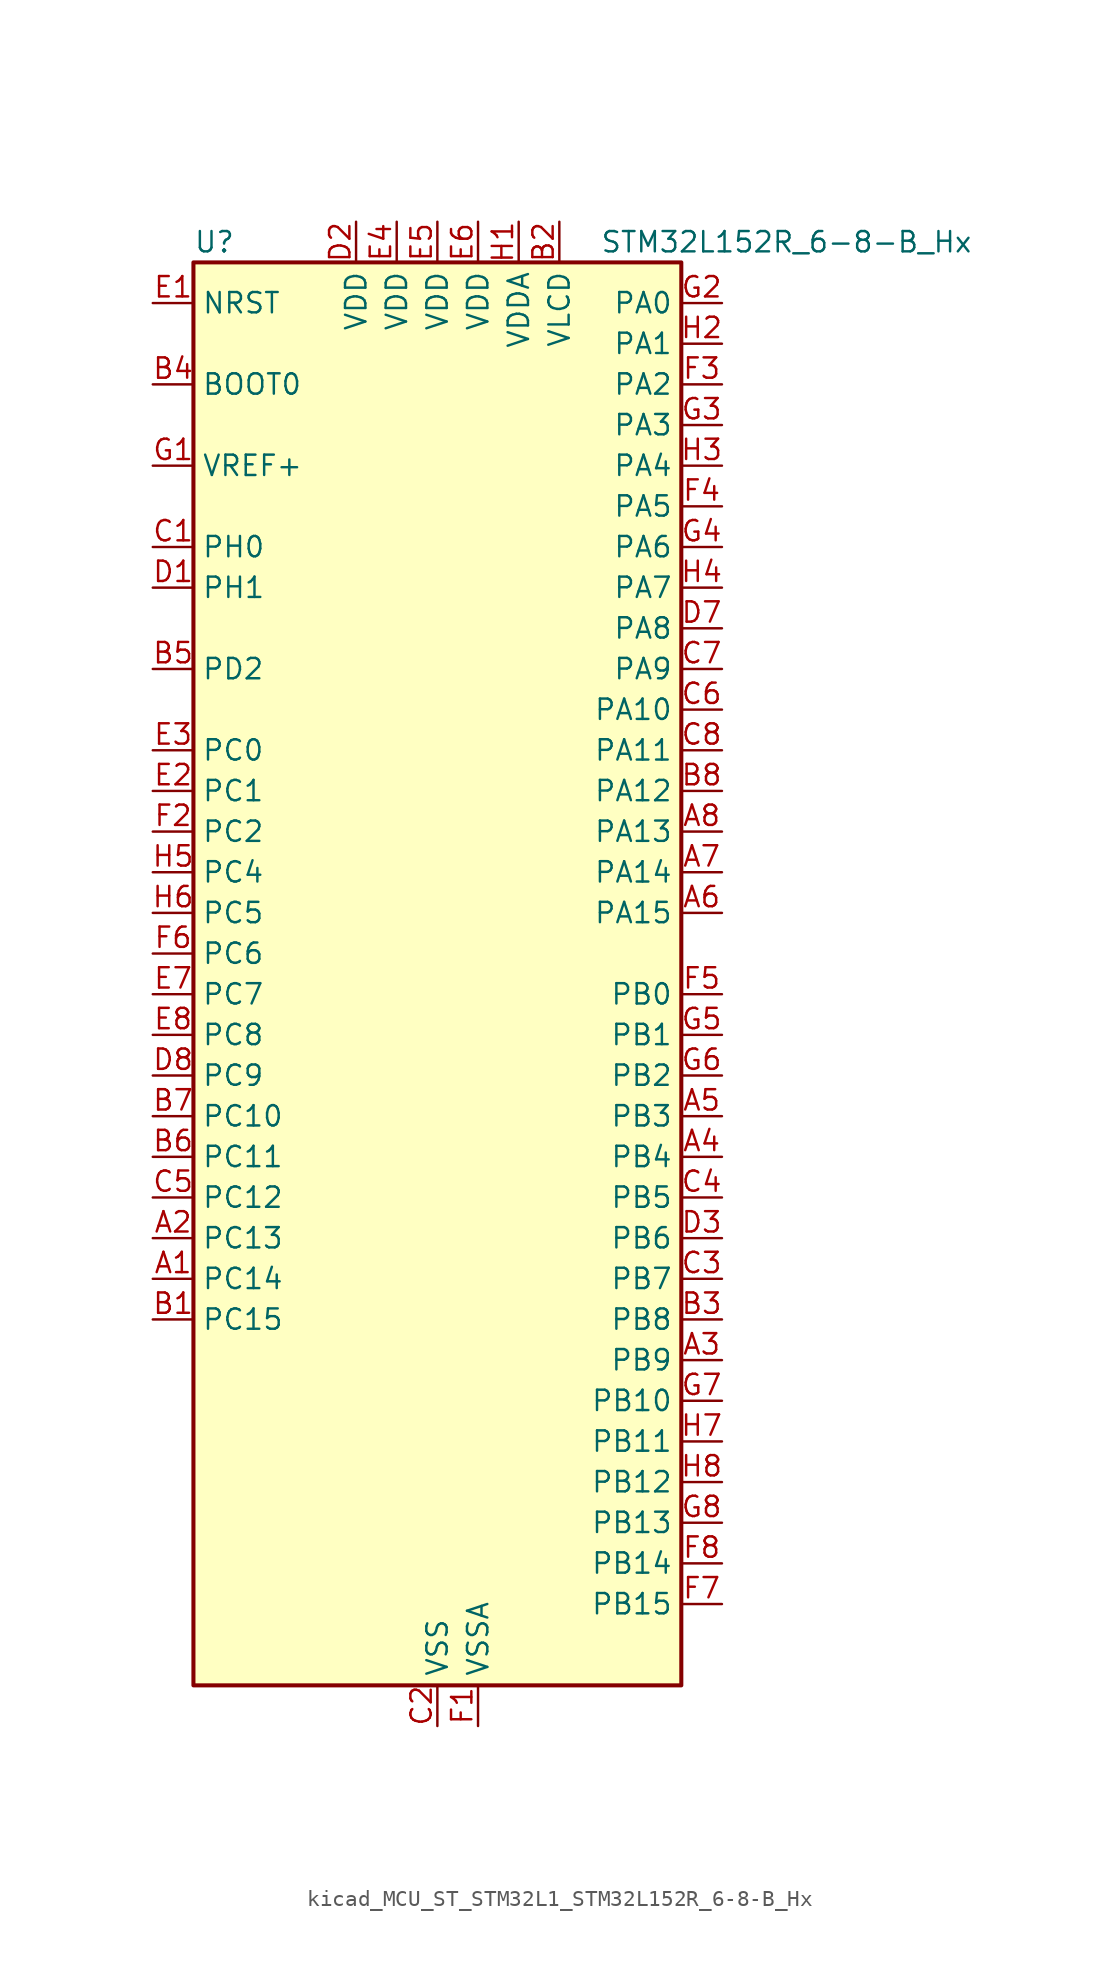
<source format=kicad_sym>
(kicad_symbol_lib
  (version 20220914)
  (generator kicad_symbol_editor)
  (symbol "kicad_MCU_ST_STM32L1_STM32L152R_6-8-B_Hx"
    (property "Reference" "U"
      (at -15.24 46.99 0)
      (effects (font (size 1.27 1.27)) (justify left)))
    (property "Value" "STM32L152R_6-8-B_Hx"
      (at 10.16 46.99 0)
      (effects (font (size 1.27 1.27)) (justify left)))
    (property "ki_locked" ""
      (at 0 0 0)
      (effects (font (size 1.27 1.27))))
    (symbol "kicad_MCU_ST_STM32L1_STM32L152R_6-8-B_Hx_0_1"
      (rectangle (start -15.24 -43.18) (end 15.24 45.72) (stroke (width 0.254) (type default)) (fill (type background))))
    (symbol "kicad_MCU_ST_STM32L1_STM32L152R_6-8-B_Hx_1_1"
      (pin bidirectional line (at -17.78 -17.78 0) (length 2.54) (name "PC14" (effects (font (size 1.27 1.27)))) (number "A1" (effects (font (size 1.27 1.27)))) (alternate "RCC_OSC32_IN" bidirectional line) (alternate "TIMX_IC3" bidirectional line))
      (pin bidirectional line (at -17.78 -15.24 0) (length 2.54) (name "PC13" (effects (font (size 1.27 1.27)))) (number "A2" (effects (font (size 1.27 1.27)))) (alternate "RTC_OUT_ALARM" bidirectional line) (alternate "RTC_OUT_CALIB" bidirectional line) (alternate "RTC_TAMP1" bidirectional line) (alternate "RTC_TS" bidirectional line) (alternate "SYS_WKUP2" bidirectional line) (alternate "TIMX_IC2" bidirectional line))
      (pin bidirectional line (at 17.78 -22.86 180) (length 2.54) (name "PB9" (effects (font (size 1.27 1.27)))) (number "A3" (effects (font (size 1.27 1.27)))) (alternate "DAC_EXTI9" bidirectional line) (alternate "I2C1_SDA" bidirectional line) (alternate "LCD_COM3" bidirectional line) (alternate "TIM11_CH1" bidirectional line) (alternate "TIM4_CH4" bidirectional line))
      (pin bidirectional line (at 17.78 -10.16 180) (length 2.54) (name "PB4" (effects (font (size 1.27 1.27)))) (number "A4" (effects (font (size 1.27 1.27)))) (alternate "COMP2_INP" bidirectional line) (alternate "LCD_SEG8" bidirectional line) (alternate "SPI1_MISO" bidirectional line) (alternate "SYS_JTRST" bidirectional line) (alternate "TIM3_CH1" bidirectional line) (alternate "TS_G6_IO1" bidirectional line))
      (pin bidirectional line (at 17.78 -7.62 180) (length 2.54) (name "PB3" (effects (font (size 1.27 1.27)))) (number "A5" (effects (font (size 1.27 1.27)))) (alternate "COMP2_INM" bidirectional line) (alternate "LCD_SEG7" bidirectional line) (alternate "SPI1_SCK" bidirectional line) (alternate "SYS_JTDO-TRACESWO" bidirectional line) (alternate "TIM2_CH2" bidirectional line))
      (pin bidirectional line (at 17.78 5.08 180) (length 2.54) (name "PA15" (effects (font (size 1.27 1.27)))) (number "A6" (effects (font (size 1.27 1.27)))) (alternate "ADC_EXTI15" bidirectional line) (alternate "LCD_SEG17" bidirectional line) (alternate "SPI1_NSS" bidirectional line) (alternate "SYS_JTDI" bidirectional line) (alternate "TIM2_CH1" bidirectional line) (alternate "TIM2_ETR" bidirectional line) (alternate "TIMX_IC4" bidirectional line) (alternate "TS_G5_IO3" bidirectional line))
      (pin bidirectional line (at 17.78 7.62 180) (length 2.54) (name "PA14" (effects (font (size 1.27 1.27)))) (number "A7" (effects (font (size 1.27 1.27)))) (alternate "SYS_JTCK-SWCLK" bidirectional line) (alternate "TIMX_IC3" bidirectional line) (alternate "TS_G5_IO2" bidirectional line))
      (pin bidirectional line (at 17.78 10.16 180) (length 2.54) (name "PA13" (effects (font (size 1.27 1.27)))) (number "A8" (effects (font (size 1.27 1.27)))) (alternate "SYS_JTMS-SWDIO" bidirectional line) (alternate "TIMX_IC2" bidirectional line) (alternate "TS_G5_IO1" bidirectional line))
      (pin bidirectional line (at -17.78 -20.32 0) (length 2.54) (name "PC15" (effects (font (size 1.27 1.27)))) (number "B1" (effects (font (size 1.27 1.27)))) (alternate "ADC_EXTI15" bidirectional line) (alternate "RCC_OSC32_OUT" bidirectional line) (alternate "TIMX_IC4" bidirectional line))
      (pin power_in line (at 7.62 48.26 270) (length 2.54) (name "VLCD" (effects (font (size 1.27 1.27)))) (number "B2" (effects (font (size 1.27 1.27)))))
      (pin bidirectional line (at 17.78 -20.32 180) (length 2.54) (name "PB8" (effects (font (size 1.27 1.27)))) (number "B3" (effects (font (size 1.27 1.27)))) (alternate "I2C1_SCL" bidirectional line) (alternate "LCD_SEG16" bidirectional line) (alternate "TIM10_CH1" bidirectional line) (alternate "TIM4_CH3" bidirectional line))
      (pin input line (at -17.78 38.1 0) (length 2.54) (name "BOOT0" (effects (font (size 1.27 1.27)))) (number "B4" (effects (font (size 1.27 1.27)))))
      (pin bidirectional line (at -17.78 20.32 0) (length 2.54) (name "PD2" (effects (font (size 1.27 1.27)))) (number "B5" (effects (font (size 1.27 1.27)))) (alternate "LCD_COM7" bidirectional line) (alternate "LCD_SEG31" bidirectional line) (alternate "TIM3_ETR" bidirectional line) (alternate "TIMX_IC3" bidirectional line))
      (pin bidirectional line (at -17.78 -10.16 0) (length 2.54) (name "PC11" (effects (font (size 1.27 1.27)))) (number "B6" (effects (font (size 1.27 1.27)))) (alternate "ADC_EXTI11" bidirectional line) (alternate "LCD_COM5" bidirectional line) (alternate "LCD_SEG29" bidirectional line) (alternate "TIMX_IC4" bidirectional line) (alternate "USART3_RX" bidirectional line))
      (pin bidirectional line (at -17.78 -7.62 0) (length 2.54) (name "PC10" (effects (font (size 1.27 1.27)))) (number "B7" (effects (font (size 1.27 1.27)))) (alternate "LCD_COM4" bidirectional line) (alternate "LCD_SEG28" bidirectional line) (alternate "TIMX_IC3" bidirectional line) (alternate "USART3_TX" bidirectional line))
      (pin bidirectional line (at 17.78 12.7 180) (length 2.54) (name "PA12" (effects (font (size 1.27 1.27)))) (number "B8" (effects (font (size 1.27 1.27)))) (alternate "SPI1_MOSI" bidirectional line) (alternate "TIMX_IC1" bidirectional line) (alternate "USART1_RTS" bidirectional line) (alternate "USB_DP" bidirectional line))
      (pin bidirectional line (at -17.78 27.94 0) (length 2.54) (name "PH0" (effects (font (size 1.27 1.27)))) (number "C1" (effects (font (size 1.27 1.27)))) (alternate "RCC_OSC_IN" bidirectional line))
      (pin power_in line (at 0 -45.72 90) (length 2.54) (name "VSS" (effects (font (size 1.27 1.27)))) (number "C2" (effects (font (size 1.27 1.27)))))
      (pin bidirectional line (at 17.78 -17.78 180) (length 2.54) (name "PB7" (effects (font (size 1.27 1.27)))) (number "C3" (effects (font (size 1.27 1.27)))) (alternate "I2C1_SDA" bidirectional line) (alternate "SYS_PVD_IN" bidirectional line) (alternate "TIM4_CH2" bidirectional line) (alternate "USART1_RX" bidirectional line))
      (pin bidirectional line (at 17.78 -12.7 180) (length 2.54) (name "PB5" (effects (font (size 1.27 1.27)))) (number "C4" (effects (font (size 1.27 1.27)))) (alternate "COMP2_INP" bidirectional line) (alternate "I2C1_SMBA" bidirectional line) (alternate "LCD_SEG9" bidirectional line) (alternate "SPI1_MOSI" bidirectional line) (alternate "TIM3_CH2" bidirectional line) (alternate "TS_G6_IO2" bidirectional line))
      (pin bidirectional line (at -17.78 -12.7 0) (length 2.54) (name "PC12" (effects (font (size 1.27 1.27)))) (number "C5" (effects (font (size 1.27 1.27)))) (alternate "LCD_COM6" bidirectional line) (alternate "LCD_SEG30" bidirectional line) (alternate "TIMX_IC1" bidirectional line) (alternate "USART3_CK" bidirectional line))
      (pin bidirectional line (at 17.78 17.78 180) (length 2.54) (name "PA10" (effects (font (size 1.27 1.27)))) (number "C6" (effects (font (size 1.27 1.27)))) (alternate "LCD_COM2" bidirectional line) (alternate "TIMX_IC3" bidirectional line) (alternate "TS_G4_IO3" bidirectional line) (alternate "USART1_RX" bidirectional line))
      (pin bidirectional line (at 17.78 20.32 180) (length 2.54) (name "PA9" (effects (font (size 1.27 1.27)))) (number "C7" (effects (font (size 1.27 1.27)))) (alternate "DAC_EXTI9" bidirectional line) (alternate "LCD_COM1" bidirectional line) (alternate "TIMX_IC2" bidirectional line) (alternate "TS_G4_IO2" bidirectional line) (alternate "USART1_TX" bidirectional line))
      (pin bidirectional line (at 17.78 15.24 180) (length 2.54) (name "PA11" (effects (font (size 1.27 1.27)))) (number "C8" (effects (font (size 1.27 1.27)))) (alternate "ADC_EXTI11" bidirectional line) (alternate "SPI1_MISO" bidirectional line) (alternate "TIMX_IC4" bidirectional line) (alternate "USART1_CTS" bidirectional line) (alternate "USB_DM" bidirectional line))
      (pin bidirectional line (at -17.78 25.4 0) (length 2.54) (name "PH1" (effects (font (size 1.27 1.27)))) (number "D1" (effects (font (size 1.27 1.27)))) (alternate "RCC_OSC_OUT" bidirectional line))
      (pin power_in line (at -5.08 48.26 270) (length 2.54) (name "VDD" (effects (font (size 1.27 1.27)))) (number "D2" (effects (font (size 1.27 1.27)))))
      (pin bidirectional line (at 17.78 -15.24 180) (length 2.54) (name "PB6" (effects (font (size 1.27 1.27)))) (number "D3" (effects (font (size 1.27 1.27)))) (alternate "I2C1_SCL" bidirectional line) (alternate "TIM4_CH1" bidirectional line) (alternate "USART1_TX" bidirectional line))
      (pin passive line (at 0 -45.72 90) (length 2.54) hide (name "VSS" (effects (font (size 1.27 1.27)))) (number "D4" (effects (font (size 1.27 1.27)))))
      (pin passive line (at 0 -45.72 90) (length 2.54) hide (name "VSS" (effects (font (size 1.27 1.27)))) (number "D5" (effects (font (size 1.27 1.27)))))
      (pin passive line (at 0 -45.72 90) (length 2.54) hide (name "VSS" (effects (font (size 1.27 1.27)))) (number "D6" (effects (font (size 1.27 1.27)))))
      (pin bidirectional line (at 17.78 22.86 180) (length 2.54) (name "PA8" (effects (font (size 1.27 1.27)))) (number "D7" (effects (font (size 1.27 1.27)))) (alternate "LCD_COM0" bidirectional line) (alternate "RCC_MCO" bidirectional line) (alternate "TIMX_IC1" bidirectional line) (alternate "TS_G4_IO1" bidirectional line) (alternate "USART1_CK" bidirectional line))
      (pin bidirectional line (at -17.78 -5.08 0) (length 2.54) (name "PC9" (effects (font (size 1.27 1.27)))) (number "D8" (effects (font (size 1.27 1.27)))) (alternate "DAC_EXTI9" bidirectional line) (alternate "LCD_SEG27" bidirectional line) (alternate "TIM3_CH4" bidirectional line) (alternate "TIMX_IC2" bidirectional line) (alternate "TS_G10_IO4" bidirectional line))
      (pin input line (at -17.78 43.18 0) (length 2.54) (name "NRST" (effects (font (size 1.27 1.27)))) (number "E1" (effects (font (size 1.27 1.27)))))
      (pin bidirectional line (at -17.78 12.7 0) (length 2.54) (name "PC1" (effects (font (size 1.27 1.27)))) (number "E2" (effects (font (size 1.27 1.27)))) (alternate "ADC_IN11" bidirectional line) (alternate "COMP1_INP" bidirectional line) (alternate "LCD_SEG19" bidirectional line) (alternate "TIMX_IC2" bidirectional line) (alternate "TS_G8_IO2" bidirectional line))
      (pin bidirectional line (at -17.78 15.24 0) (length 2.54) (name "PC0" (effects (font (size 1.27 1.27)))) (number "E3" (effects (font (size 1.27 1.27)))) (alternate "ADC_IN10" bidirectional line) (alternate "COMP1_INP" bidirectional line) (alternate "LCD_SEG18" bidirectional line) (alternate "TIMX_IC1" bidirectional line) (alternate "TS_G8_IO1" bidirectional line))
      (pin power_in line (at -2.54 48.26 270) (length 2.54) (name "VDD" (effects (font (size 1.27 1.27)))) (number "E4" (effects (font (size 1.27 1.27)))))
      (pin power_in line (at 0 48.26 270) (length 2.54) (name "VDD" (effects (font (size 1.27 1.27)))) (number "E5" (effects (font (size 1.27 1.27)))))
      (pin power_in line (at 2.54 48.26 270) (length 2.54) (name "VDD" (effects (font (size 1.27 1.27)))) (number "E6" (effects (font (size 1.27 1.27)))))
      (pin bidirectional line (at -17.78 0 0) (length 2.54) (name "PC7" (effects (font (size 1.27 1.27)))) (number "E7" (effects (font (size 1.27 1.27)))) (alternate "LCD_SEG25" bidirectional line) (alternate "TIM3_CH2" bidirectional line) (alternate "TIMX_IC4" bidirectional line) (alternate "TS_G10_IO2" bidirectional line))
      (pin bidirectional line (at -17.78 -2.54 0) (length 2.54) (name "PC8" (effects (font (size 1.27 1.27)))) (number "E8" (effects (font (size 1.27 1.27)))) (alternate "LCD_SEG26" bidirectional line) (alternate "TIM3_CH3" bidirectional line) (alternate "TIMX_IC1" bidirectional line) (alternate "TS_G10_IO3" bidirectional line))
      (pin power_in line (at 2.54 -45.72 90) (length 2.54) (name "VSSA" (effects (font (size 1.27 1.27)))) (number "F1" (effects (font (size 1.27 1.27)))))
      (pin bidirectional line (at -17.78 10.16 0) (length 2.54) (name "PC2" (effects (font (size 1.27 1.27)))) (number "F2" (effects (font (size 1.27 1.27)))) (alternate "ADC_IN12" bidirectional line) (alternate "COMP1_INP" bidirectional line) (alternate "LCD_SEG20" bidirectional line) (alternate "TIMX_IC3" bidirectional line) (alternate "TS_G8_IO3" bidirectional line))
      (pin bidirectional line (at 17.78 38.1 180) (length 2.54) (name "PA2" (effects (font (size 1.27 1.27)))) (number "F3" (effects (font (size 1.27 1.27)))) (alternate "ADC_IN2" bidirectional line) (alternate "COMP1_INP" bidirectional line) (alternate "LCD_SEG1" bidirectional line) (alternate "TIM2_CH3" bidirectional line) (alternate "TIM9_CH1" bidirectional line) (alternate "TIMX_IC3" bidirectional line) (alternate "TS_G1_IO3" bidirectional line) (alternate "USART2_TX" bidirectional line))
      (pin bidirectional line (at 17.78 30.48 180) (length 2.54) (name "PA5" (effects (font (size 1.27 1.27)))) (number "F4" (effects (font (size 1.27 1.27)))) (alternate "ADC_IN5" bidirectional line) (alternate "COMP1_INP" bidirectional line) (alternate "DAC_OUT2" bidirectional line) (alternate "SPI1_SCK" bidirectional line) (alternate "TIM2_CH1" bidirectional line) (alternate "TIM2_ETR" bidirectional line) (alternate "TIMX_IC2" bidirectional line))
      (pin bidirectional line (at 17.78 0 180) (length 2.54) (name "PB0" (effects (font (size 1.27 1.27)))) (number "F5" (effects (font (size 1.27 1.27)))) (alternate "ADC_IN8" bidirectional line) (alternate "COMP1_INP" bidirectional line) (alternate "LCD_SEG5" bidirectional line) (alternate "SYS_V_REF_OUT" bidirectional line) (alternate "TIM3_CH3" bidirectional line) (alternate "TS_G3_IO1" bidirectional line))
      (pin bidirectional line (at -17.78 2.54 0) (length 2.54) (name "PC6" (effects (font (size 1.27 1.27)))) (number "F6" (effects (font (size 1.27 1.27)))) (alternate "LCD_SEG24" bidirectional line) (alternate "TIM3_CH1" bidirectional line) (alternate "TIMX_IC3" bidirectional line) (alternate "TS_G10_IO1" bidirectional line))
      (pin bidirectional line (at 17.78 -38.1 180) (length 2.54) (name "PB15" (effects (font (size 1.27 1.27)))) (number "F7" (effects (font (size 1.27 1.27)))) (alternate "ADC_EXTI15" bidirectional line) (alternate "ADC_IN21" bidirectional line) (alternate "COMP1_INP" bidirectional line) (alternate "LCD_SEG15" bidirectional line) (alternate "RTC_REFIN" bidirectional line) (alternate "SPI2_MOSI" bidirectional line) (alternate "TIM11_CH1" bidirectional line) (alternate "TS_G7_IO4" bidirectional line))
      (pin bidirectional line (at 17.78 -35.56 180) (length 2.54) (name "PB14" (effects (font (size 1.27 1.27)))) (number "F8" (effects (font (size 1.27 1.27)))) (alternate "ADC_IN20" bidirectional line) (alternate "COMP1_INP" bidirectional line) (alternate "LCD_SEG14" bidirectional line) (alternate "SPI2_MISO" bidirectional line) (alternate "TIM9_CH2" bidirectional line) (alternate "TS_G7_IO3" bidirectional line) (alternate "USART3_RTS" bidirectional line))
      (pin input line (at -17.78 33.02 0) (length 2.54) (name "VREF+" (effects (font (size 1.27 1.27)))) (number "G1" (effects (font (size 1.27 1.27)))))
      (pin bidirectional line (at 17.78 43.18 180) (length 2.54) (name "PA0" (effects (font (size 1.27 1.27)))) (number "G2" (effects (font (size 1.27 1.27)))) (alternate "ADC_IN0" bidirectional line) (alternate "COMP1_INP" bidirectional line) (alternate "SYS_WKUP1" bidirectional line) (alternate "TIM2_CH1" bidirectional line) (alternate "TIM2_ETR" bidirectional line) (alternate "TIMX_IC1" bidirectional line) (alternate "TS_G1_IO1" bidirectional line) (alternate "USART2_CTS" bidirectional line))
      (pin bidirectional line (at 17.78 35.56 180) (length 2.54) (name "PA3" (effects (font (size 1.27 1.27)))) (number "G3" (effects (font (size 1.27 1.27)))) (alternate "ADC_IN3" bidirectional line) (alternate "COMP1_INP" bidirectional line) (alternate "LCD_SEG2" bidirectional line) (alternate "TIM2_CH4" bidirectional line) (alternate "TIM9_CH2" bidirectional line) (alternate "TIMX_IC4" bidirectional line) (alternate "TS_G1_IO4" bidirectional line) (alternate "USART2_RX" bidirectional line))
      (pin bidirectional line (at 17.78 27.94 180) (length 2.54) (name "PA6" (effects (font (size 1.27 1.27)))) (number "G4" (effects (font (size 1.27 1.27)))) (alternate "ADC_IN6" bidirectional line) (alternate "COMP1_INP" bidirectional line) (alternate "LCD_SEG3" bidirectional line) (alternate "SPI1_MISO" bidirectional line) (alternate "TIM10_CH1" bidirectional line) (alternate "TIM3_CH1" bidirectional line) (alternate "TIMX_IC3" bidirectional line) (alternate "TS_G2_IO1" bidirectional line))
      (pin bidirectional line (at 17.78 -2.54 180) (length 2.54) (name "PB1" (effects (font (size 1.27 1.27)))) (number "G5" (effects (font (size 1.27 1.27)))) (alternate "ADC_IN9" bidirectional line) (alternate "COMP1_INP" bidirectional line) (alternate "LCD_SEG6" bidirectional line) (alternate "SYS_V_REF_OUT" bidirectional line) (alternate "TIM3_CH4" bidirectional line) (alternate "TS_G3_IO2" bidirectional line))
      (pin bidirectional line (at 17.78 -5.08 180) (length 2.54) (name "PB2" (effects (font (size 1.27 1.27)))) (number "G6" (effects (font (size 1.27 1.27)))))
      (pin bidirectional line (at 17.78 -25.4 180) (length 2.54) (name "PB10" (effects (font (size 1.27 1.27)))) (number "G7" (effects (font (size 1.27 1.27)))) (alternate "I2C2_SCL" bidirectional line) (alternate "LCD_SEG10" bidirectional line) (alternate "TIM2_CH3" bidirectional line) (alternate "USART3_TX" bidirectional line))
      (pin bidirectional line (at 17.78 -33.02 180) (length 2.54) (name "PB13" (effects (font (size 1.27 1.27)))) (number "G8" (effects (font (size 1.27 1.27)))) (alternate "ADC_IN19" bidirectional line) (alternate "COMP1_INP" bidirectional line) (alternate "LCD_SEG13" bidirectional line) (alternate "SPI2_SCK" bidirectional line) (alternate "TIM9_CH1" bidirectional line) (alternate "TS_G7_IO2" bidirectional line) (alternate "USART3_CTS" bidirectional line))
      (pin power_in line (at 5.08 48.26 270) (length 2.54) (name "VDDA" (effects (font (size 1.27 1.27)))) (number "H1" (effects (font (size 1.27 1.27)))))
      (pin bidirectional line (at 17.78 40.64 180) (length 2.54) (name "PA1" (effects (font (size 1.27 1.27)))) (number "H2" (effects (font (size 1.27 1.27)))) (alternate "ADC_IN1" bidirectional line) (alternate "COMP1_INP" bidirectional line) (alternate "LCD_SEG0" bidirectional line) (alternate "TIM2_CH2" bidirectional line) (alternate "TIMX_IC2" bidirectional line) (alternate "TS_G1_IO2" bidirectional line) (alternate "USART2_RTS" bidirectional line))
      (pin bidirectional line (at 17.78 33.02 180) (length 2.54) (name "PA4" (effects (font (size 1.27 1.27)))) (number "H3" (effects (font (size 1.27 1.27)))) (alternate "ADC_IN4" bidirectional line) (alternate "COMP1_INP" bidirectional line) (alternate "DAC_OUT1" bidirectional line) (alternate "SPI1_NSS" bidirectional line) (alternate "TIMX_IC1" bidirectional line) (alternate "USART2_CK" bidirectional line))
      (pin bidirectional line (at 17.78 25.4 180) (length 2.54) (name "PA7" (effects (font (size 1.27 1.27)))) (number "H4" (effects (font (size 1.27 1.27)))) (alternate "ADC_IN7" bidirectional line) (alternate "COMP1_INP" bidirectional line) (alternate "LCD_SEG4" bidirectional line) (alternate "SPI1_MOSI" bidirectional line) (alternate "TIM11_CH1" bidirectional line) (alternate "TIM3_CH2" bidirectional line) (alternate "TIMX_IC4" bidirectional line) (alternate "TS_G2_IO2" bidirectional line))
      (pin bidirectional line (at -17.78 7.62 0) (length 2.54) (name "PC4" (effects (font (size 1.27 1.27)))) (number "H5" (effects (font (size 1.27 1.27)))) (alternate "ADC_IN14" bidirectional line) (alternate "COMP1_INP" bidirectional line) (alternate "LCD_SEG22" bidirectional line) (alternate "TIMX_IC1" bidirectional line) (alternate "TS_G9_IO1" bidirectional line))
      (pin bidirectional line (at -17.78 5.08 0) (length 2.54) (name "PC5" (effects (font (size 1.27 1.27)))) (number "H6" (effects (font (size 1.27 1.27)))) (alternate "ADC_IN15" bidirectional line) (alternate "COMP1_INP" bidirectional line) (alternate "LCD_SEG23" bidirectional line) (alternate "TIMX_IC2" bidirectional line) (alternate "TS_G9_IO2" bidirectional line))
      (pin bidirectional line (at 17.78 -27.94 180) (length 2.54) (name "PB11" (effects (font (size 1.27 1.27)))) (number "H7" (effects (font (size 1.27 1.27)))) (alternate "ADC_EXTI11" bidirectional line) (alternate "I2C2_SDA" bidirectional line) (alternate "LCD_SEG11" bidirectional line) (alternate "TIM2_CH4" bidirectional line) (alternate "USART3_RX" bidirectional line))
      (pin bidirectional line (at 17.78 -30.48 180) (length 2.54) (name "PB12" (effects (font (size 1.27 1.27)))) (number "H8" (effects (font (size 1.27 1.27)))) (alternate "ADC_IN18" bidirectional line) (alternate "COMP1_INP" bidirectional line) (alternate "I2C2_SMBA" bidirectional line) (alternate "LCD_SEG12" bidirectional line) (alternate "SPI2_NSS" bidirectional line) (alternate "TIM10_CH1" bidirectional line) (alternate "TS_G7_IO1" bidirectional line) (alternate "USART3_CK" bidirectional line)))))
</source>
